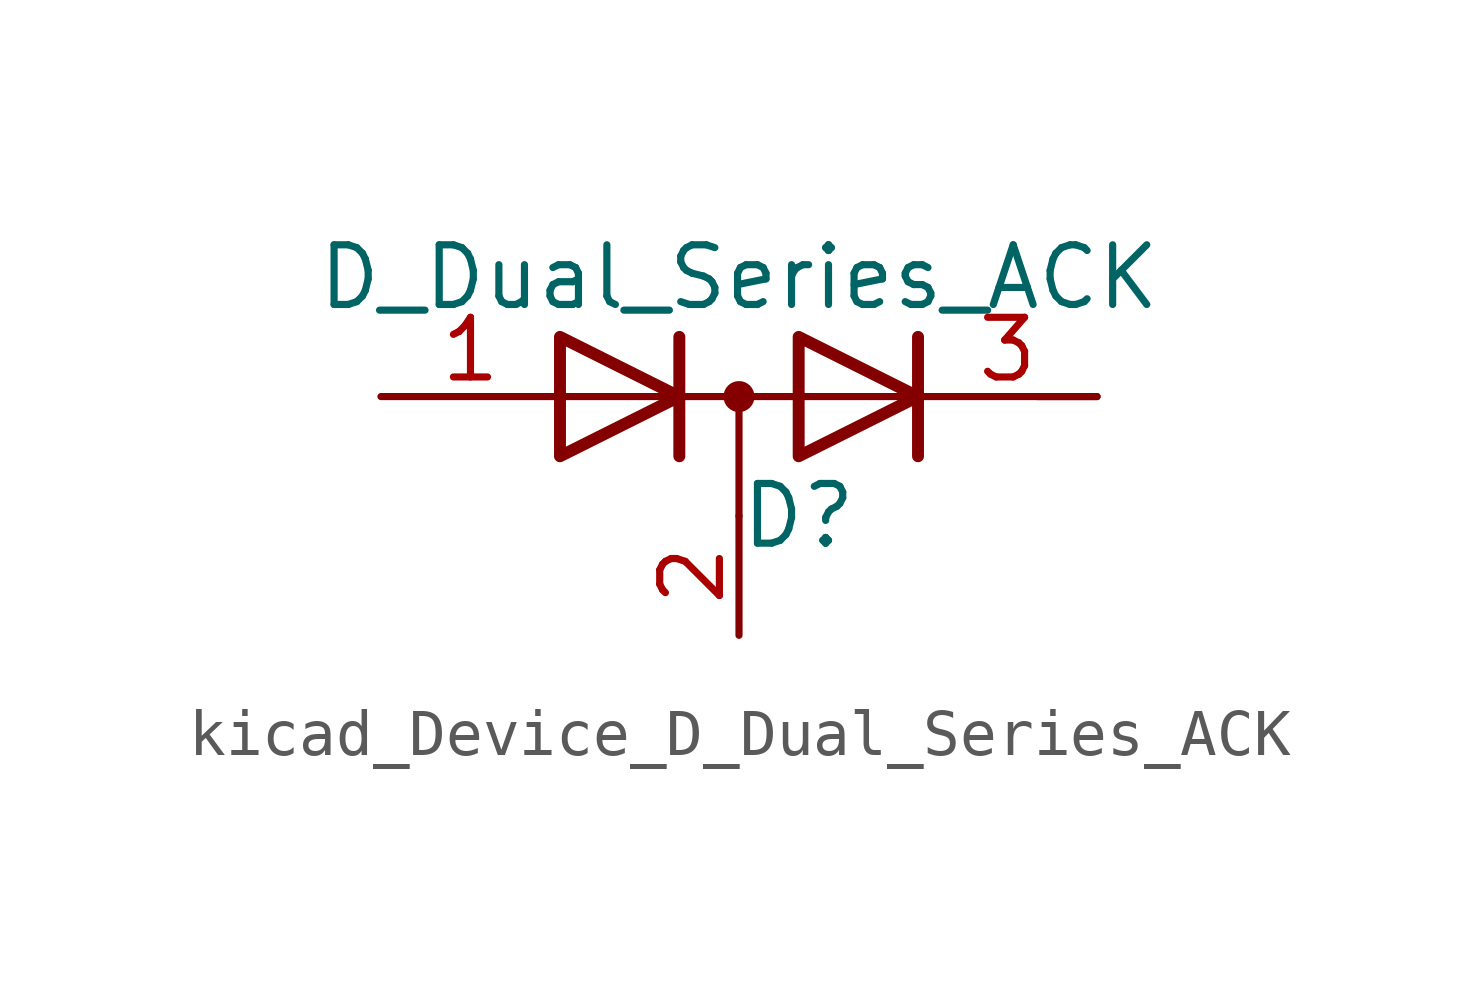
<source format=kicad_sym>
(kicad_symbol_lib
  (version 20220914)
  (generator kicad_symbol_editor)
  (symbol "kicad_Device_D_Dual_Series_ACK"
    (pin_names
      (offset 0.762) hide)
    (property "Reference" "D"
      (at 1.27 -2.54 0)
      (effects (font (size 1.27 1.27))))
    (property "Value" "D_Dual_Series_ACK"
      (at 0 2.54 0)
      (effects (font (size 1.27 1.27))))
    (symbol "kicad_Device_D_Dual_Series_ACK_0_1"
      (polyline (pts (xy 0 0) (xy 0 -2.54)) (stroke (width 0) (type default)) (fill (type none)))
      (polyline (pts (xy 3.81 0) (xy -3.81 0)) (stroke (width 0) (type default)) (fill (type none)))
      (polyline (pts (xy 6.35 0) (xy 7.62 0)) (stroke (width 0) (type default)) (fill (type none)))
      (polyline (pts (xy -1.27 -1.27) (xy -1.27 1.27) (xy -1.27 1.27)) (stroke (width 0.254) (type default)) (fill (type none)))
      (polyline (pts (xy 3.81 1.27) (xy 3.81 -1.27) (xy 3.81 -1.27)) (stroke (width 0.254) (type default)) (fill (type none)))
      (polyline (pts (xy -3.81 1.27) (xy -1.27 0) (xy -3.81 -1.27) (xy -3.81 1.27) (xy -3.81 1.27) (xy -3.81 1.27)) (stroke (width 0.254) (type default)) (fill (type none)))
      (polyline (pts (xy 1.27 1.27) (xy 3.81 0) (xy 1.27 -1.27) (xy 1.27 1.27) (xy 1.27 1.27) (xy 1.27 1.27)) (stroke (width 0.254) (type default)) (fill (type none)))
      (circle (center 0 0) (radius 0.254) (stroke (width 0) (type default)) (fill (type outline)))
      (pin passive line (at -7.62 0 0) (length 3.81) (name "A" (effects (font (size 1.27 1.27)))) (number "1" (effects (font (size 1.27 1.27)))))
      (pin passive line (at 0 -5.08 90) (length 2.54) (name "common" (effects (font (size 1.27 1.27)))) (number "2" (effects (font (size 1.27 1.27)))))
      (pin passive line (at 7.62 0 180) (length 3.81) (name "K" (effects (font (size 1.27 1.27)))) (number "3" (effects (font (size 1.27 1.27))))))))
</source>
